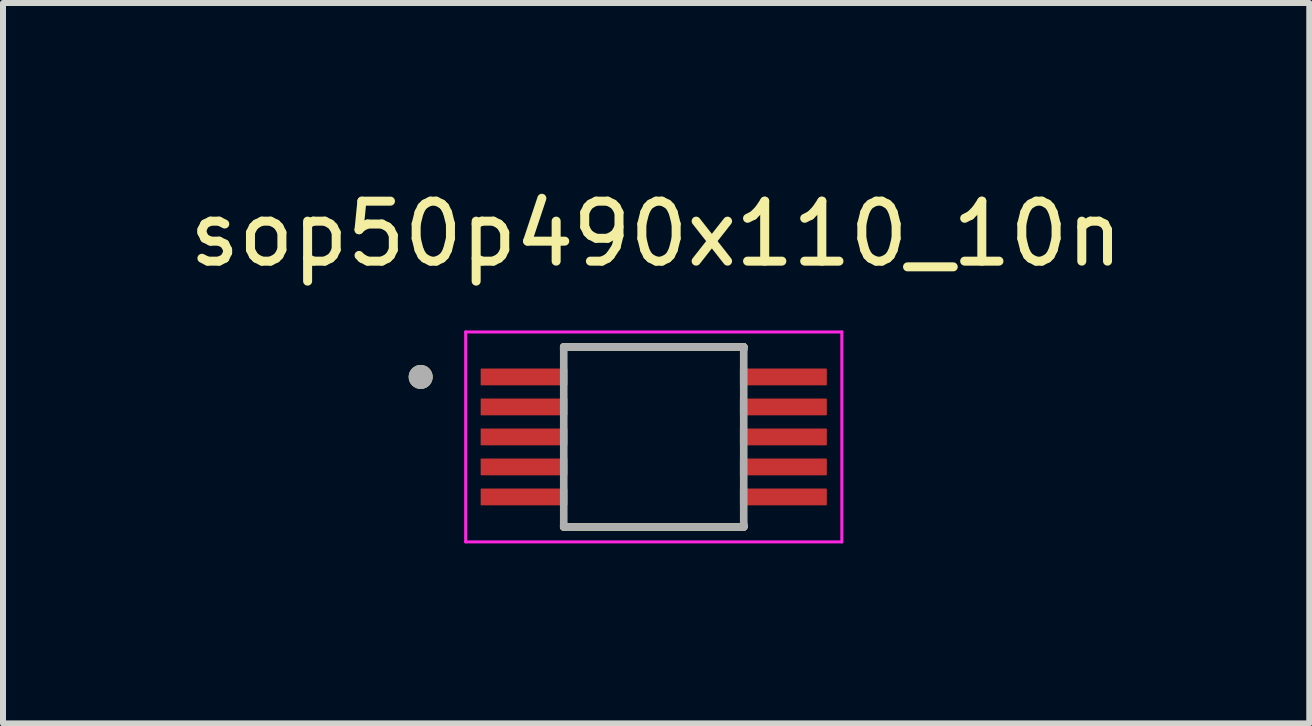
<source format=kicad_pcb>
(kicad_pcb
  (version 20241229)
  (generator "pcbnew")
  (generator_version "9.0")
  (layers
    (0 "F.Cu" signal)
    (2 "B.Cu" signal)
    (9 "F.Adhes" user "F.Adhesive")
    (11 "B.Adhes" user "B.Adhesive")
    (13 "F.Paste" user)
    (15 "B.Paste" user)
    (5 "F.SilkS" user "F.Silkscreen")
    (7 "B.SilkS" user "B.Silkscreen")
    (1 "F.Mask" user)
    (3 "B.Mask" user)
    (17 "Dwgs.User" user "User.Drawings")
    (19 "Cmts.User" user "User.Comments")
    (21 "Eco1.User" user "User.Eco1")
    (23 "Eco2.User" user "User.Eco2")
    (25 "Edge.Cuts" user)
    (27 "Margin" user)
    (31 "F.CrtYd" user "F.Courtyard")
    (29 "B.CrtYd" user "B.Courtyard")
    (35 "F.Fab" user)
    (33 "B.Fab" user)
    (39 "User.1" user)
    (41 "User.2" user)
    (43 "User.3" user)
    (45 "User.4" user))
  (footprint "sop50p490x110_10n"
    (layer "F.Cu")
    (at 7.847 4.233)
    (property "Reference" "sop50p490x110_10n" (at 0.04 -3.385 0) (layer "F.SilkS") (effects (font (size 1 1) (thickness 0.15))))
    (attr smd)
    (fp_line (start -1.5 -1.5) (end 1.5 -1.5) (stroke (width 0.127) (type solid)) (layer "F.SilkS"))
    (fp_line (start -1.5 -1.46) (end -1.5 -1.5) (stroke (width 0.127) (type solid)) (layer "F.SilkS"))
    (fp_line (start -1.5 1.5) (end -1.5 1.46) (stroke (width 0.127) (type solid)) (layer "F.SilkS"))
    (fp_line (start 1.5 -1.5) (end 1.5 -1.46) (stroke (width 0.127) (type solid)) (layer "F.SilkS"))
    (fp_line (start 1.5 1.5) (end -1.5 1.5) (stroke (width 0.127) (type solid)) (layer "F.SilkS"))
    (fp_line (start 1.5 1.5) (end 1.5 1.46) (stroke (width 0.127) (type solid)) (layer "F.SilkS"))
    (fp_circle (center -3.885 -1) (end -3.785 -1) (stroke (width 0.2) (type solid)) (fill no) (layer "F.SilkS"))
    (fp_line (start -3.135 -1.75) (end -3.135 1.75) (stroke (width 0.05) (type solid)) (layer "F.CrtYd"))
    (fp_line (start -3.135 1.75) (end 3.135 1.75) (stroke (width 0.05) (type solid)) (layer "F.CrtYd"))
    (fp_line (start 3.135 -1.75) (end -3.135 -1.75) (stroke (width 0.05) (type solid)) (layer "F.CrtYd"))
    (fp_line (start 3.135 1.75) (end 3.135 -1.75) (stroke (width 0.05) (type solid)) (layer "F.CrtYd"))
    (fp_line (start -1.5 -1.5) (end 1.5 -1.5) (stroke (width 0.127) (type solid)) (layer "F.Fab"))
    (fp_line (start -1.5 1.5) (end -1.5 -1.5) (stroke (width 0.127) (type solid)) (layer "F.Fab"))
    (fp_line (start 1.5 -1.5) (end 1.5 1.5) (stroke (width 0.127) (type solid)) (layer "F.Fab"))
    (fp_line (start 1.5 1.5) (end -1.5 1.5) (stroke (width 0.127) (type solid)) (layer "F.Fab"))
    (fp_circle (center -3.885 -1) (end -3.785 -1) (stroke (width 0.2) (type solid)) (fill no) (layer "F.Fab"))
    (pad "1" smd roundrect (at -2.16 -1) (size 1.45 0.28) (layers "F.Cu" "F.Mask" "F.Paste") (roundrect_rratio 0.04))
    (pad "2" smd roundrect (at -2.16 -0.5) (size 1.45 0.28) (layers "F.Cu" "F.Mask" "F.Paste") (roundrect_rratio 0.04))
    (pad "3" smd roundrect (at -2.16 0) (size 1.45 0.28) (layers "F.Cu" "F.Mask" "F.Paste") (roundrect_rratio 0.04))
    (pad "4" smd roundrect (at -2.16 0.5) (size 1.45 0.28) (layers "F.Cu" "F.Mask" "F.Paste") (roundrect_rratio 0.04))
    (pad "5" smd roundrect (at -2.16 1) (size 1.45 0.28) (layers "F.Cu" "F.Mask" "F.Paste") (roundrect_rratio 0.04))
    (pad "6" smd roundrect (at 2.16 1) (size 1.45 0.28) (layers "F.Cu" "F.Mask" "F.Paste") (roundrect_rratio 0.04))
    (pad "7" smd roundrect (at 2.16 0.5) (size 1.45 0.28) (layers "F.Cu" "F.Mask" "F.Paste") (roundrect_rratio 0.04))
    (pad "8" smd roundrect (at 2.16 0) (size 1.45 0.28) (layers "F.Cu" "F.Mask" "F.Paste") (roundrect_rratio 0.04))
    (pad "9" smd roundrect (at 2.16 -0.5) (size 1.45 0.28) (layers "F.Cu" "F.Mask" "F.Paste") (roundrect_rratio 0.04))
    (pad "10" smd roundrect (at 2.16 -1) (size 1.45 0.28) (layers "F.Cu" "F.Mask" "F.Paste") (roundrect_rratio 0.04)))
  (gr_rect
    (start -3 -3)
    (end 18.774 9.008)
    (stroke (width 0.1) (type default))
    (fill no)
    (layer "Edge.Cuts")))
</source>
